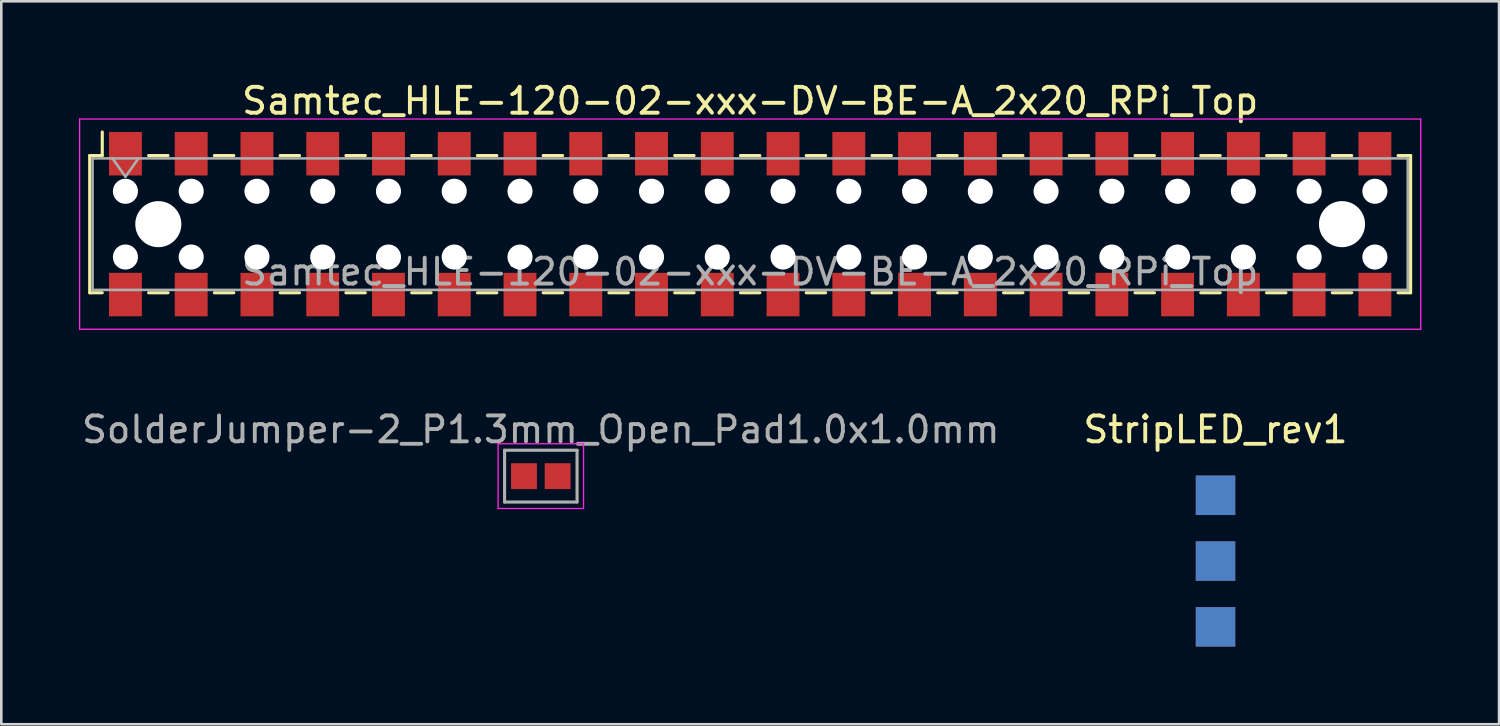
<source format=kicad_pcb>
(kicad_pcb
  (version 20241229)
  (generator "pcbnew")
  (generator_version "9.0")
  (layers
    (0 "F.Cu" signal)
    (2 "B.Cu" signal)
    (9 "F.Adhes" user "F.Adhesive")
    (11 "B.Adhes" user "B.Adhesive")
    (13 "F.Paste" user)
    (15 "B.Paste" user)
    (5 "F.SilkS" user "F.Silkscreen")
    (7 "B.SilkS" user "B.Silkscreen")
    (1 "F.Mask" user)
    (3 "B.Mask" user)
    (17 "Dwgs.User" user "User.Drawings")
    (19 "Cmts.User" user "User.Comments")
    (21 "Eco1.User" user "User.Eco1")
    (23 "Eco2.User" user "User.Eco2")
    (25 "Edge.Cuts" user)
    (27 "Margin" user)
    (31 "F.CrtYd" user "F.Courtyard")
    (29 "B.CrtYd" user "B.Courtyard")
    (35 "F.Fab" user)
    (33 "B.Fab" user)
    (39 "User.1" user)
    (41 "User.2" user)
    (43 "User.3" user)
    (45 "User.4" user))
  (footprint "Samtec_HLE-120-02-xxx-DV-BE-A_2x20_RPi_Top"
    (layer "F.Cu")
    (at 25.925 5.608)
    (property "Reference" "Samtec_HLE-120-02-xxx-DV-BE-A_2x20_RPi_Top" (at 0 -4.76 0) (layer "F.SilkS") (effects (font (size 1 1) (thickness 0.15))))
    (attr smd)
    (fp_line (start -25.51 -2.65) (end -25.51 2.65) (stroke (width 0.12) (type solid)) (layer "F.SilkS"))
    (fp_line (start -25.51 2.65) (end -25.025 2.65) (stroke (width 0.12) (type solid)) (layer "F.SilkS"))
    (fp_line (start -25.025 -3.56) (end -25.025 -2.65) (stroke (width 0.12) (type solid)) (layer "F.SilkS"))
    (fp_line (start -25.025 -2.65) (end -25.51 -2.65) (stroke (width 0.12) (type solid)) (layer "F.SilkS"))
    (fp_line (start -23.235 -2.65) (end -22.485 -2.65) (stroke (width 0.12) (type solid)) (layer "F.SilkS"))
    (fp_line (start -23.235 2.65) (end -22.485 2.65) (stroke (width 0.12) (type solid)) (layer "F.SilkS"))
    (fp_line (start -20.695 -2.65) (end -19.945 -2.65) (stroke (width 0.12) (type solid)) (layer "F.SilkS"))
    (fp_line (start -20.695 2.65) (end -19.945 2.65) (stroke (width 0.12) (type solid)) (layer "F.SilkS"))
    (fp_line (start -18.155 -2.65) (end -17.405 -2.65) (stroke (width 0.12) (type solid)) (layer "F.SilkS"))
    (fp_line (start -18.155 2.65) (end -17.405 2.65) (stroke (width 0.12) (type solid)) (layer "F.SilkS"))
    (fp_line (start -15.615 -2.65) (end -14.865 -2.65) (stroke (width 0.12) (type solid)) (layer "F.SilkS"))
    (fp_line (start -15.615 2.65) (end -14.865 2.65) (stroke (width 0.12) (type solid)) (layer "F.SilkS"))
    (fp_line (start -13.075 -2.65) (end -12.325 -2.65) (stroke (width 0.12) (type solid)) (layer "F.SilkS"))
    (fp_line (start -13.075 2.65) (end -12.325 2.65) (stroke (width 0.12) (type solid)) (layer "F.SilkS"))
    (fp_line (start -10.535 -2.65) (end -9.785 -2.65) (stroke (width 0.12) (type solid)) (layer "F.SilkS"))
    (fp_line (start -10.535 2.65) (end -9.785 2.65) (stroke (width 0.12) (type solid)) (layer "F.SilkS"))
    (fp_line (start -7.995 -2.65) (end -7.245 -2.65) (stroke (width 0.12) (type solid)) (layer "F.SilkS"))
    (fp_line (start -7.995 2.65) (end -7.245 2.65) (stroke (width 0.12) (type solid)) (layer "F.SilkS"))
    (fp_line (start -5.455 -2.65) (end -4.705 -2.65) (stroke (width 0.12) (type solid)) (layer "F.SilkS"))
    (fp_line (start -5.455 2.65) (end -4.705 2.65) (stroke (width 0.12) (type solid)) (layer "F.SilkS"))
    (fp_line (start -2.915 -2.65) (end -2.165 -2.65) (stroke (width 0.12) (type solid)) (layer "F.SilkS"))
    (fp_line (start -2.915 2.65) (end -2.165 2.65) (stroke (width 0.12) (type solid)) (layer "F.SilkS"))
    (fp_line (start -0.375 -2.65) (end 0.375 -2.65) (stroke (width 0.12) (type solid)) (layer "F.SilkS"))
    (fp_line (start -0.375 2.65) (end 0.375 2.65) (stroke (width 0.12) (type solid)) (layer "F.SilkS"))
    (fp_line (start 2.165 -2.65) (end 2.915 -2.65) (stroke (width 0.12) (type solid)) (layer "F.SilkS"))
    (fp_line (start 2.165 2.65) (end 2.915 2.65) (stroke (width 0.12) (type solid)) (layer "F.SilkS"))
    (fp_line (start 4.705 -2.65) (end 5.455 -2.65) (stroke (width 0.12) (type solid)) (layer "F.SilkS"))
    (fp_line (start 4.705 2.65) (end 5.455 2.65) (stroke (width 0.12) (type solid)) (layer "F.SilkS"))
    (fp_line (start 7.245 -2.65) (end 7.995 -2.65) (stroke (width 0.12) (type solid)) (layer "F.SilkS"))
    (fp_line (start 7.245 2.65) (end 7.995 2.65) (stroke (width 0.12) (type solid)) (layer "F.SilkS"))
    (fp_line (start 9.785 -2.65) (end 10.535 -2.65) (stroke (width 0.12) (type solid)) (layer "F.SilkS"))
    (fp_line (start 9.785 2.65) (end 10.535 2.65) (stroke (width 0.12) (type solid)) (layer "F.SilkS"))
    (fp_line (start 12.325 -2.65) (end 13.075 -2.65) (stroke (width 0.12) (type solid)) (layer "F.SilkS"))
    (fp_line (start 12.325 2.65) (end 13.075 2.65) (stroke (width 0.12) (type solid)) (layer "F.SilkS"))
    (fp_line (start 14.865 -2.65) (end 15.615 -2.65) (stroke (width 0.12) (type solid)) (layer "F.SilkS"))
    (fp_line (start 14.865 2.65) (end 15.615 2.65) (stroke (width 0.12) (type solid)) (layer "F.SilkS"))
    (fp_line (start 17.405 -2.65) (end 18.155 -2.65) (stroke (width 0.12) (type solid)) (layer "F.SilkS"))
    (fp_line (start 17.405 2.65) (end 18.155 2.65) (stroke (width 0.12) (type solid)) (layer "F.SilkS"))
    (fp_line (start 19.945 -2.65) (end 20.695 -2.65) (stroke (width 0.12) (type solid)) (layer "F.SilkS"))
    (fp_line (start 19.945 2.65) (end 20.695 2.65) (stroke (width 0.12) (type solid)) (layer "F.SilkS"))
    (fp_line (start 22.485 -2.65) (end 23.235 -2.65) (stroke (width 0.12) (type solid)) (layer "F.SilkS"))
    (fp_line (start 22.485 2.65) (end 23.235 2.65) (stroke (width 0.12) (type solid)) (layer "F.SilkS"))
    (fp_line (start 25.025 -2.65) (end 25.51 -2.65) (stroke (width 0.12) (type solid)) (layer "F.SilkS"))
    (fp_line (start 25.51 -2.65) (end 25.51 2.65) (stroke (width 0.12) (type solid)) (layer "F.SilkS"))
    (fp_line (start 25.51 2.65) (end 25.025 2.65) (stroke (width 0.12) (type solid)) (layer "F.SilkS"))
    (fp_line (start -25.9 -4.06) (end 25.9 -4.06) (stroke (width 0.05) (type solid)) (layer "F.CrtYd"))
    (fp_line (start -25.9 4.06) (end -25.9 -4.06) (stroke (width 0.05) (type solid)) (layer "F.CrtYd"))
    (fp_line (start 25.9 -4.06) (end 25.9 4.06) (stroke (width 0.05) (type solid)) (layer "F.CrtYd"))
    (fp_line (start 25.9 4.06) (end -25.9 4.06) (stroke (width 0.05) (type solid)) (layer "F.CrtYd"))
    (fp_line (start -25.4 -2.54) (end 25.4 -2.54) (stroke (width 0.1) (type solid)) (layer "F.Fab"))
    (fp_line (start -25.4 2.54) (end -25.4 -2.54) (stroke (width 0.1) (type solid)) (layer "F.Fab"))
    (fp_line (start -24.63 -2.54) (end -24.13 -1.833) (stroke (width 0.1) (type solid)) (layer "F.Fab"))
    (fp_line (start -24.13 -1.833) (end -23.63 -2.54) (stroke (width 0.1) (type solid)) (layer "F.Fab"))
    (fp_line (start 25.4 -2.54) (end 25.4 2.54) (stroke (width 0.1) (type solid)) (layer "F.Fab"))
    (fp_line (start 25.4 2.54) (end -25.4 2.54) (stroke (width 0.1) (type solid)) (layer "F.Fab"))
    (fp_text user "${REFERENCE}" (at 0 1.84 0) (layer "F.Fab") (effects (font (size 1 1) (thickness 0.15))))
    (pad "" np_thru_hole circle (at -24.13 -1.27) (size 0.97 0.97) (drill 0.97) (layers "*.Cu" "*.Mask"))
    (pad "" np_thru_hole circle (at -24.13 1.27) (size 0.97 0.97) (drill 0.97) (layers "*.Cu" "*.Mask"))
    (pad "" np_thru_hole circle (at -22.86 0) (size 1.78 1.78) (drill 1.78) (layers "*.Cu" "*.Mask"))
    (pad "" np_thru_hole circle (at -21.59 -1.27) (size 0.97 0.97) (drill 0.97) (layers "*.Cu" "*.Mask"))
    (pad "" np_thru_hole circle (at -21.59 1.27) (size 0.97 0.97) (drill 0.97) (layers "*.Cu" "*.Mask"))
    (pad "" np_thru_hole circle (at -19.05 -1.27) (size 0.97 0.97) (drill 0.97) (layers "*.Cu" "*.Mask"))
    (pad "" np_thru_hole circle (at -19.05 1.27) (size 0.97 0.97) (drill 0.97) (layers "*.Cu" "*.Mask"))
    (pad "" np_thru_hole circle (at -16.51 -1.27) (size 0.97 0.97) (drill 0.97) (layers "*.Cu" "*.Mask"))
    (pad "" np_thru_hole circle (at -16.51 1.27) (size 0.97 0.97) (drill 0.97) (layers "*.Cu" "*.Mask"))
    (pad "" np_thru_hole circle (at -13.97 -1.27) (size 0.97 0.97) (drill 0.97) (layers "*.Cu" "*.Mask"))
    (pad "" np_thru_hole circle (at -13.97 1.27) (size 0.97 0.97) (drill 0.97) (layers "*.Cu" "*.Mask"))
    (pad "" np_thru_hole circle (at -11.43 -1.27) (size 0.97 0.97) (drill 0.97) (layers "*.Cu" "*.Mask"))
    (pad "" np_thru_hole circle (at -11.43 1.27) (size 0.97 0.97) (drill 0.97) (layers "*.Cu" "*.Mask"))
    (pad "" np_thru_hole circle (at -8.89 -1.27) (size 0.97 0.97) (drill 0.97) (layers "*.Cu" "*.Mask"))
    (pad "" np_thru_hole circle (at -8.89 1.27) (size 0.97 0.97) (drill 0.97) (layers "*.Cu" "*.Mask"))
    (pad "" np_thru_hole circle (at -6.35 -1.27) (size 0.97 0.97) (drill 0.97) (layers "*.Cu" "*.Mask"))
    (pad "" np_thru_hole circle (at -6.35 1.27) (size 0.97 0.97) (drill 0.97) (layers "*.Cu" "*.Mask"))
    (pad "" np_thru_hole circle (at -3.81 -1.27) (size 0.97 0.97) (drill 0.97) (layers "*.Cu" "*.Mask"))
    (pad "" np_thru_hole circle (at -3.81 1.27) (size 0.97 0.97) (drill 0.97) (layers "*.Cu" "*.Mask"))
    (pad "" np_thru_hole circle (at -1.27 -1.27) (size 0.97 0.97) (drill 0.97) (layers "*.Cu" "*.Mask"))
    (pad "" np_thru_hole circle (at -1.27 1.27) (size 0.97 0.97) (drill 0.97) (layers "*.Cu" "*.Mask"))
    (pad "" np_thru_hole circle (at 1.27 -1.27) (size 0.97 0.97) (drill 0.97) (layers "*.Cu" "*.Mask"))
    (pad "" np_thru_hole circle (at 1.27 1.27) (size 0.97 0.97) (drill 0.97) (layers "*.Cu" "*.Mask"))
    (pad "" np_thru_hole circle (at 3.81 -1.27) (size 0.97 0.97) (drill 0.97) (layers "*.Cu" "*.Mask"))
    (pad "" np_thru_hole circle (at 3.81 1.27) (size 0.97 0.97) (drill 0.97) (layers "*.Cu" "*.Mask"))
    (pad "" np_thru_hole circle (at 6.35 -1.27) (size 0.97 0.97) (drill 0.97) (layers "*.Cu" "*.Mask"))
    (pad "" np_thru_hole circle (at 6.35 1.27) (size 0.97 0.97) (drill 0.97) (layers "*.Cu" "*.Mask"))
    (pad "" np_thru_hole circle (at 8.89 -1.27) (size 0.97 0.97) (drill 0.97) (layers "*.Cu" "*.Mask"))
    (pad "" np_thru_hole circle (at 8.89 1.27) (size 0.97 0.97) (drill 0.97) (layers "*.Cu" "*.Mask"))
    (pad "" np_thru_hole circle (at 11.43 -1.27) (size 0.97 0.97) (drill 0.97) (layers "*.Cu" "*.Mask"))
    (pad "" np_thru_hole circle (at 11.43 1.27) (size 0.97 0.97) (drill 0.97) (layers "*.Cu" "*.Mask"))
    (pad "" np_thru_hole circle (at 13.97 -1.27) (size 0.97 0.97) (drill 0.97) (layers "*.Cu" "*.Mask"))
    (pad "" np_thru_hole circle (at 13.97 1.27) (size 0.97 0.97) (drill 0.97) (layers "*.Cu" "*.Mask"))
    (pad "" np_thru_hole circle (at 16.51 -1.27) (size 0.97 0.97) (drill 0.97) (layers "*.Cu" "*.Mask"))
    (pad "" np_thru_hole circle (at 16.51 1.27) (size 0.97 0.97) (drill 0.97) (layers "*.Cu" "*.Mask"))
    (pad "" np_thru_hole circle (at 19.05 -1.27) (size 0.97 0.97) (drill 0.97) (layers "*.Cu" "*.Mask"))
    (pad "" np_thru_hole circle (at 19.05 1.27) (size 0.97 0.97) (drill 0.97) (layers "*.Cu" "*.Mask"))
    (pad "" np_thru_hole circle (at 21.59 -1.27) (size 0.97 0.97) (drill 0.97) (layers "*.Cu" "*.Mask"))
    (pad "" np_thru_hole circle (at 21.59 1.27) (size 0.97 0.97) (drill 0.97) (layers "*.Cu" "*.Mask"))
    (pad "" np_thru_hole circle (at 22.86 0) (size 1.78 1.78) (drill 1.78) (layers "*.Cu" "*.Mask"))
    (pad "" np_thru_hole circle (at 24.13 -1.27) (size 0.97 0.97) (drill 0.97) (layers "*.Cu" "*.Mask"))
    (pad "" np_thru_hole circle (at 24.13 1.27) (size 0.97 0.97) (drill 0.97) (layers "*.Cu" "*.Mask"))
    (pad "1" smd rect (at -24.13 2.72) (size 1.27 1.68) (layers "F.Cu" "F.Mask" "F.Paste"))
    (pad "2" smd rect (at -24.13 -2.72) (size 1.27 1.68) (layers "F.Cu" "F.Mask" "F.Paste"))
    (pad "3" smd rect (at -21.59 2.72) (size 1.27 1.68) (layers "F.Cu" "F.Mask" "F.Paste"))
    (pad "4" smd rect (at -21.59 -2.72) (size 1.27 1.68) (layers "F.Cu" "F.Mask" "F.Paste"))
    (pad "5" smd rect (at -19.05 2.72) (size 1.27 1.68) (layers "F.Cu" "F.Mask" "F.Paste"))
    (pad "6" smd rect (at -19.05 -2.72) (size 1.27 1.68) (layers "F.Cu" "F.Mask" "F.Paste"))
    (pad "7" smd rect (at -16.51 2.72) (size 1.27 1.68) (layers "F.Cu" "F.Mask" "F.Paste"))
    (pad "8" smd rect (at -16.51 -2.72) (size 1.27 1.68) (layers "F.Cu" "F.Mask" "F.Paste"))
    (pad "9" smd rect (at -13.97 2.72) (size 1.27 1.68) (layers "F.Cu" "F.Mask" "F.Paste"))
    (pad "10" smd rect (at -13.97 -2.72) (size 1.27 1.68) (layers "F.Cu" "F.Mask" "F.Paste"))
    (pad "11" smd rect (at -11.43 2.72) (size 1.27 1.68) (layers "F.Cu" "F.Mask" "F.Paste"))
    (pad "12" smd rect (at -11.43 -2.72) (size 1.27 1.68) (layers "F.Cu" "F.Mask" "F.Paste"))
    (pad "13" smd rect (at -8.89 2.72) (size 1.27 1.68) (layers "F.Cu" "F.Mask" "F.Paste"))
    (pad "14" smd rect (at -8.89 -2.72) (size 1.27 1.68) (layers "F.Cu" "F.Mask" "F.Paste"))
    (pad "15" smd rect (at -6.35 2.72) (size 1.27 1.68) (layers "F.Cu" "F.Mask" "F.Paste"))
    (pad "16" smd rect (at -6.35 -2.72) (size 1.27 1.68) (layers "F.Cu" "F.Mask" "F.Paste"))
    (pad "17" smd rect (at -3.81 2.72) (size 1.27 1.68) (layers "F.Cu" "F.Mask" "F.Paste"))
    (pad "18" smd rect (at -3.81 -2.72) (size 1.27 1.68) (layers "F.Cu" "F.Mask" "F.Paste"))
    (pad "19" smd rect (at -1.27 2.72) (size 1.27 1.68) (layers "F.Cu" "F.Mask" "F.Paste"))
    (pad "20" smd rect (at -1.27 -2.72) (size 1.27 1.68) (layers "F.Cu" "F.Mask" "F.Paste"))
    (pad "21" smd rect (at 1.27 2.72) (size 1.27 1.68) (layers "F.Cu" "F.Mask" "F.Paste"))
    (pad "22" smd rect (at 1.27 -2.72) (size 1.27 1.68) (layers "F.Cu" "F.Mask" "F.Paste"))
    (pad "23" smd rect (at 3.81 2.72) (size 1.27 1.68) (layers "F.Cu" "F.Mask" "F.Paste"))
    (pad "24" smd rect (at 3.81 -2.72) (size 1.27 1.68) (layers "F.Cu" "F.Mask" "F.Paste"))
    (pad "25" smd rect (at 6.35 2.72) (size 1.27 1.68) (layers "F.Cu" "F.Mask" "F.Paste"))
    (pad "26" smd rect (at 6.35 -2.72) (size 1.27 1.68) (layers "F.Cu" "F.Mask" "F.Paste"))
    (pad "27" smd rect (at 8.89 2.72) (size 1.27 1.68) (layers "F.Cu" "F.Mask" "F.Paste"))
    (pad "28" smd rect (at 8.89 -2.72) (size 1.27 1.68) (layers "F.Cu" "F.Mask" "F.Paste"))
    (pad "29" smd rect (at 11.43 2.72) (size 1.27 1.68) (layers "F.Cu" "F.Mask" "F.Paste"))
    (pad "30" smd rect (at 11.43 -2.72) (size 1.27 1.68) (layers "F.Cu" "F.Mask" "F.Paste"))
    (pad "31" smd rect (at 13.97 2.72) (size 1.27 1.68) (layers "F.Cu" "F.Mask" "F.Paste"))
    (pad "32" smd rect (at 13.97 -2.72) (size 1.27 1.68) (layers "F.Cu" "F.Mask" "F.Paste"))
    (pad "33" smd rect (at 16.51 2.72) (size 1.27 1.68) (layers "F.Cu" "F.Mask" "F.Paste"))
    (pad "34" smd rect (at 16.51 -2.72) (size 1.27 1.68) (layers "F.Cu" "F.Mask" "F.Paste"))
    (pad "35" smd rect (at 19.05 2.72) (size 1.27 1.68) (layers "F.Cu" "F.Mask" "F.Paste"))
    (pad "36" smd rect (at 19.05 -2.72) (size 1.27 1.68) (layers "F.Cu" "F.Mask" "F.Paste"))
    (pad "37" smd rect (at 21.59 2.72) (size 1.27 1.68) (layers "F.Cu" "F.Mask" "F.Paste"))
    (pad "38" smd rect (at 21.59 -2.72) (size 1.27 1.68) (layers "F.Cu" "F.Mask" "F.Paste"))
    (pad "39" smd rect (at 24.13 2.72) (size 1.27 1.68) (layers "F.Cu" "F.Mask" "F.Paste"))
    (pad "40" smd rect (at 24.13 -2.72) (size 1.27 1.68) (layers "F.Cu" "F.Mask" "F.Paste")))
  (footprint "SolderJumper-2_P1.3mm_Open_Pad1.0x1.0mm"
    (layer "F.Cu")
    (at 17.839 15.341)
    (property "Reference" "SolderJumper-2_P1.3mm_Open_Pad1.0x1.0mm" (at 0 -1.8 0) (layer "F.Fab") (effects (font (size 1 1) (thickness 0.15))))
    (attr exclude_from_pos_files exclude_from_bom)
    (fp_line (start -1.65 -1.25) (end -1.65 1.25) (stroke (width 0.05) (type solid)) (layer "F.CrtYd"))
    (fp_line (start -1.65 -1.25) (end 1.65 -1.25) (stroke (width 0.05) (type solid)) (layer "F.CrtYd"))
    (fp_line (start 1.65 1.25) (end -1.65 1.25) (stroke (width 0.05) (type solid)) (layer "F.CrtYd"))
    (fp_line (start 1.65 1.25) (end 1.65 -1.25) (stroke (width 0.05) (type solid)) (layer "F.CrtYd"))
    (fp_line (start -1.4 -1) (end 1.4 -1) (stroke (width 0.12) (type solid)) (layer "F.Fab"))
    (fp_line (start -1.4 1) (end -1.4 -1) (stroke (width 0.12) (type solid)) (layer "F.Fab"))
    (fp_line (start 1.4 -1) (end 1.4 1) (stroke (width 0.12) (type solid)) (layer "F.Fab"))
    (fp_line (start 1.4 1) (end -1.4 1) (stroke (width 0.12) (type solid)) (layer "F.Fab"))
    (pad "1" smd rect (at -0.65 0) (size 1 1) (layers "F.Cu" "F.Mask"))
    (pad "2" smd rect (at 0.65 0) (size 1 1) (layers "F.Cu" "F.Mask")))
  (footprint "StripLED_rev1"
    (layer "F.Cu")
    (at 43.899 16.081)
    (property "Reference" "StripLED_rev1" (at 0 -2.54 0) (layer "F.SilkS") (effects (font (size 1 1) (thickness 0.15))))
    (attr through_hole)
    (pad "1" smd rect (at 0 0) (size 1.524 1.524) (layers "F.Cu" "F.Mask" "F.Paste"))
    (pad "1" smd rect (at 0 5.08) (size 1.524 1.524) (layers "B.Cu" "B.Mask" "B.Paste"))
    (pad "2" smd rect (at 0 2.54) (size 1.524 1.524) (layers "F.Cu" "F.Mask" "F.Paste"))
    (pad "2" smd rect (at 0 2.54) (size 1.524 1.524) (layers "B.Cu" "B.Mask" "B.Paste"))
    (pad "3" smd rect (at 0 0) (size 1.524 1.524) (layers "B.Cu" "B.Mask" "B.Paste"))
    (pad "3" smd rect (at 0 5.08) (size 1.524 1.524) (layers "F.Cu" "F.Mask" "F.Paste")))
  (gr_rect
    (start -3 -3)
    (end 54.85 24.924)
    (stroke (width 0.1) (type default))
    (fill no)
    (layer "Edge.Cuts")))
</source>
